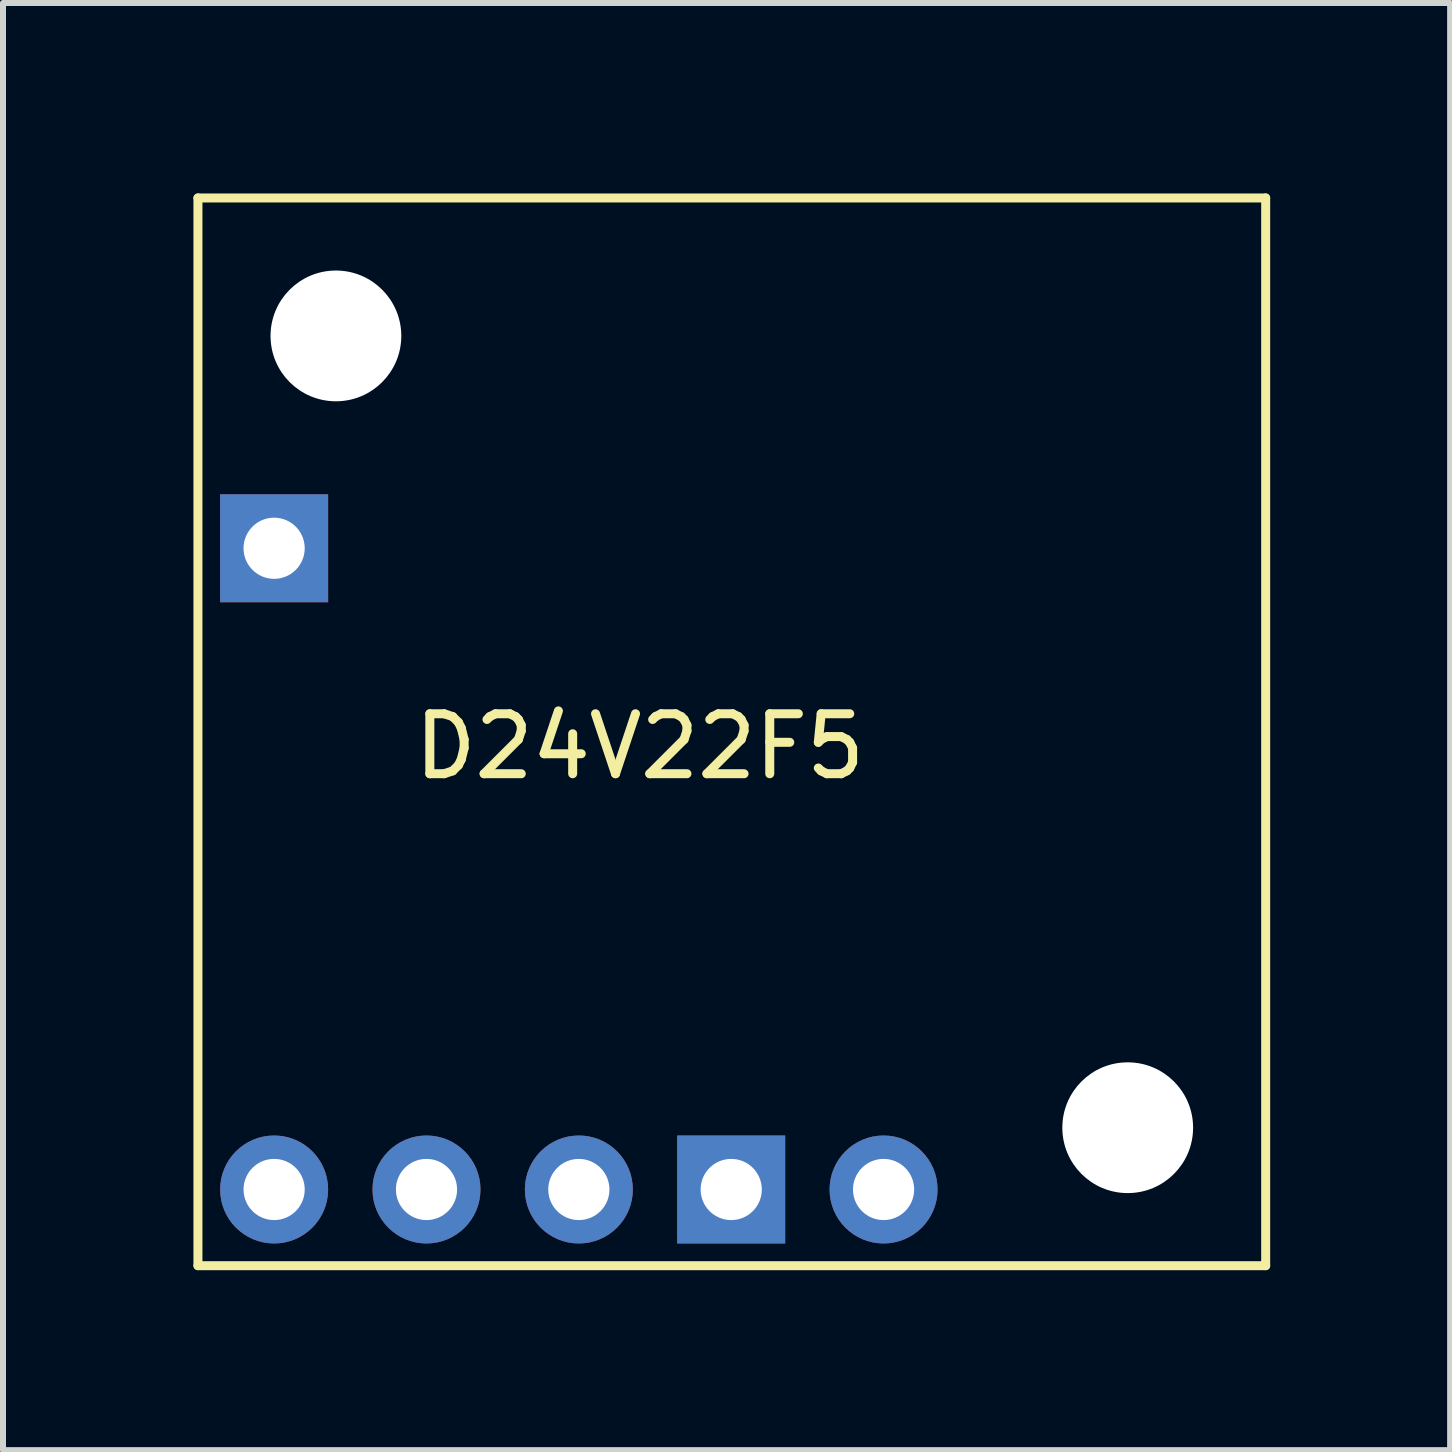
<source format=kicad_pcb>
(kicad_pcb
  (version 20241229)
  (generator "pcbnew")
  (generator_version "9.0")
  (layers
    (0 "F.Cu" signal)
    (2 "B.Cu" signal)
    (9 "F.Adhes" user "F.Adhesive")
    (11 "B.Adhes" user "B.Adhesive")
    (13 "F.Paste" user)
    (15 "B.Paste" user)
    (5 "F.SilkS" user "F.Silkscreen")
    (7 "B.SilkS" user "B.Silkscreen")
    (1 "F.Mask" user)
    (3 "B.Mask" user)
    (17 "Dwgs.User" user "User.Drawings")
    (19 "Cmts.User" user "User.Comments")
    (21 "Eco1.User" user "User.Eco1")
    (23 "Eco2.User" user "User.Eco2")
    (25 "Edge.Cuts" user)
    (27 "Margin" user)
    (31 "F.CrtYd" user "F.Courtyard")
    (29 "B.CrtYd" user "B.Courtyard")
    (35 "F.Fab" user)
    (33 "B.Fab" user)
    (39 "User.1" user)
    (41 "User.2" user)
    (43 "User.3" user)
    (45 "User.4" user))
  (footprint "D24V22F5"
    (layer "F.Cu")
    (at 0.25 0.25)
    (property "Reference" "D24V22F5" (at 7.366 9.144 0) (layer "F.SilkS") (effects (font (size 1 1) (thickness 0.15))))
    (attr through_hole)
    (fp_line (start 0 0) (end 17.8 0) (stroke (width 0.15) (type solid)) (layer "F.SilkS"))
    (fp_line (start 0 17.8) (end 0 0) (stroke (width 0.15) (type solid)) (layer "F.SilkS"))
    (fp_line (start 17.8 0) (end 17.8 17.8) (stroke (width 0.15) (type solid)) (layer "F.SilkS"))
    (fp_line (start 17.8 17.8) (end 0 17.8) (stroke (width 0.15) (type solid)) (layer "F.SilkS"))
    (pad "" np_thru_hole circle (at 2.3 2.3) (size 2.18 2.18) (drill 2.18) (layers "*.Cu" "*.Mask"))
    (pad "" np_thru_hole circle (at 15.5 15.5) (size 2.18 2.18) (drill 2.18) (layers "*.Cu" "*.Mask"))
    (pad "1" thru_hole rect (at 1.27 5.84) (size 1.8 1.8) (drill 1.02) (layers "*.Cu" "*.Mask"))
    (pad "2" thru_hole circle (at 1.27 16.53) (size 1.8 1.8) (drill 1.02) (layers "*.Cu" "*.Mask"))
    (pad "3" thru_hole circle (at 3.81 16.53) (size 1.8 1.8) (drill 1.02) (layers "*.Cu" "*.Mask"))
    (pad "4" thru_hole circle (at 6.35 16.53) (size 1.8 1.8) (drill 1.02) (layers "*.Cu" "*.Mask"))
    (pad "5" thru_hole rect (at 8.89 16.53) (size 1.8 1.8) (drill 1.02) (layers "*.Cu" "*.Mask"))
    (pad "6" thru_hole circle (at 11.43 16.53) (size 1.8 1.8) (drill 1.02) (layers "*.Cu" "*.Mask")))
  (gr_rect
    (start -3 -3)
    (end 21.125 21.125)
    (stroke (width 0.1) (type default))
    (fill no)
    (layer "Edge.Cuts")))
</source>
